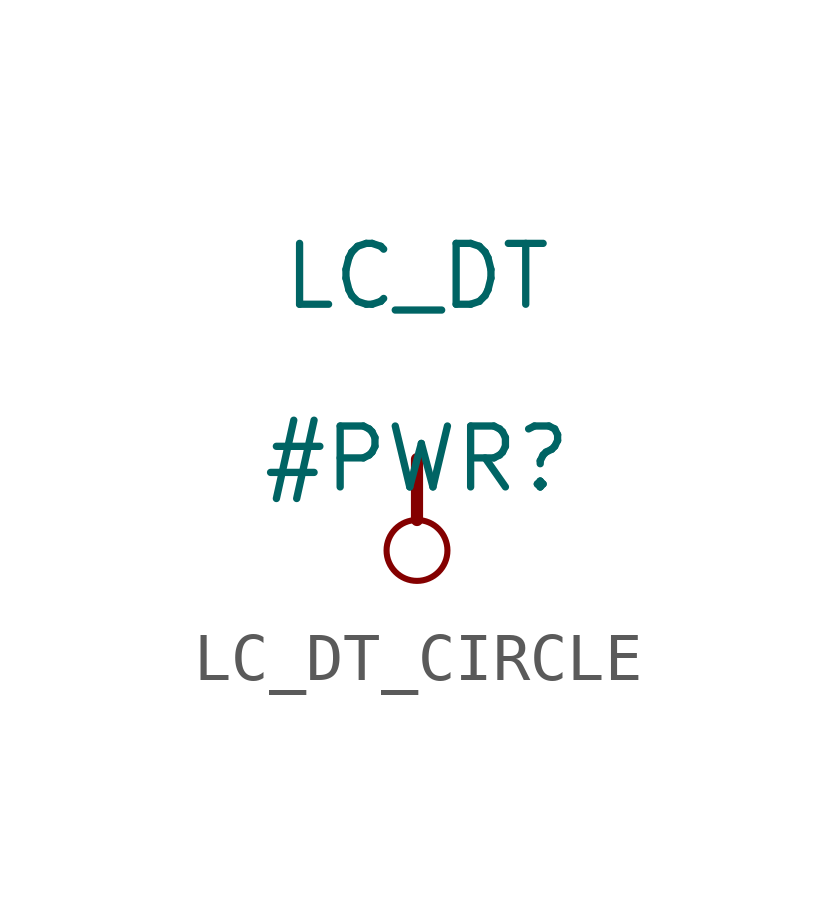
<source format=kicad_sym>
(kicad_symbol_lib
  (version 20231120)
  (generator "kicad_symbol_editor")
  (generator_version "8.0")
  (symbol "LC_DT_CIRCLE"
    (power)
    (property "Reference" "#PWR"
      (at 0 0 0)
      (effects (font (size 1.27 1.27))))
    (property "Value" "LC_DT"
      (at 0 3.81 0)
      (effects (font (size 1.27 1.27))))
    (symbol "LC_DT_CIRCLE_0_0"
      (circle (center 0 -1.905) (radius 0.635) (stroke (width 0.127) (type solid)) (fill (type none)))
      (polyline (pts (xy 0 0) (xy 0 -1.27)) (stroke (width 0.254) (type solid)) (fill (type none)))
      (pin power_in line (at 0 0 0) (length 0) hide (name "LC_DT" (effects (font (size 1.27 1.27)))) (number "" (effects (font (size 1.27 1.27))))))))
</source>
